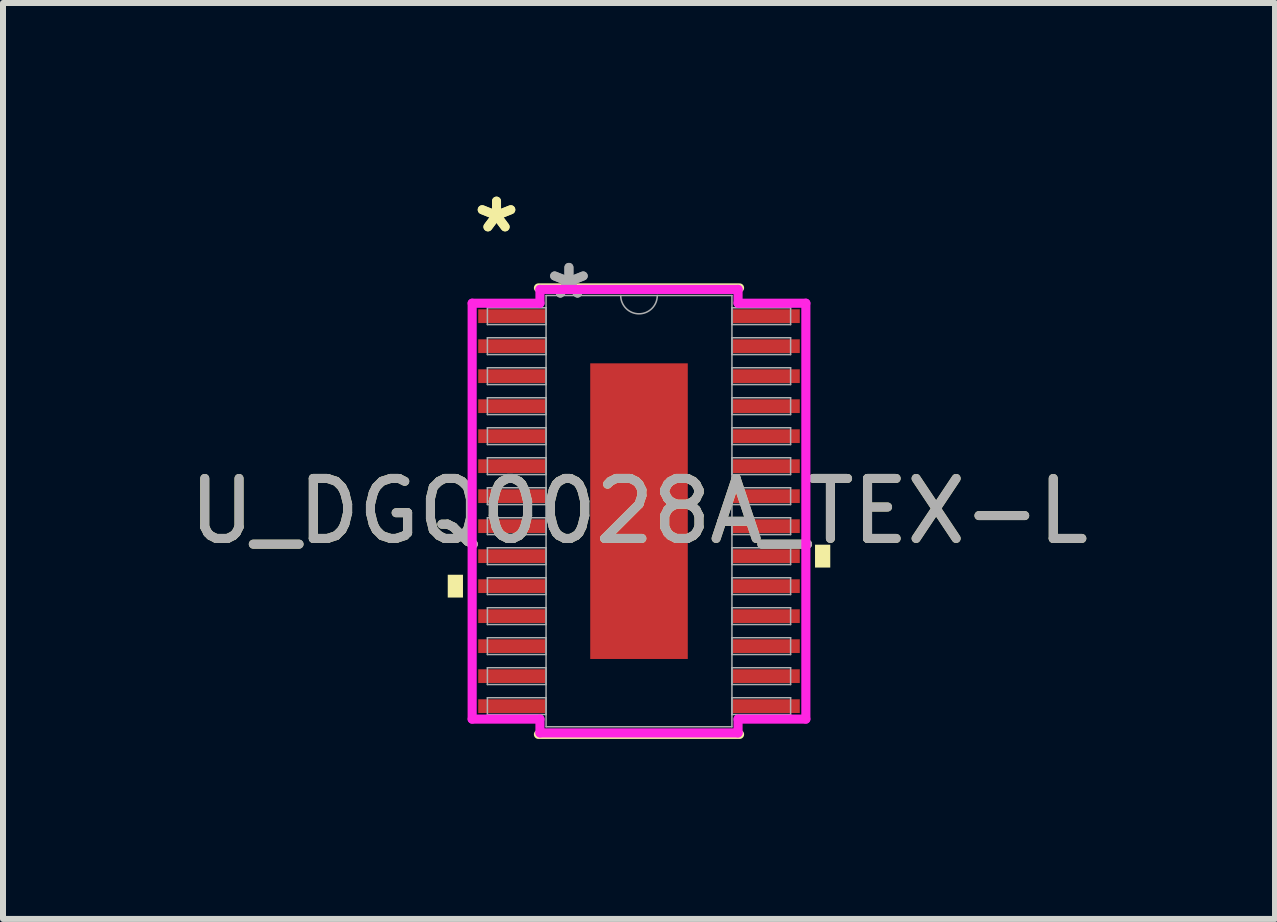
<source format=kicad_pcb>
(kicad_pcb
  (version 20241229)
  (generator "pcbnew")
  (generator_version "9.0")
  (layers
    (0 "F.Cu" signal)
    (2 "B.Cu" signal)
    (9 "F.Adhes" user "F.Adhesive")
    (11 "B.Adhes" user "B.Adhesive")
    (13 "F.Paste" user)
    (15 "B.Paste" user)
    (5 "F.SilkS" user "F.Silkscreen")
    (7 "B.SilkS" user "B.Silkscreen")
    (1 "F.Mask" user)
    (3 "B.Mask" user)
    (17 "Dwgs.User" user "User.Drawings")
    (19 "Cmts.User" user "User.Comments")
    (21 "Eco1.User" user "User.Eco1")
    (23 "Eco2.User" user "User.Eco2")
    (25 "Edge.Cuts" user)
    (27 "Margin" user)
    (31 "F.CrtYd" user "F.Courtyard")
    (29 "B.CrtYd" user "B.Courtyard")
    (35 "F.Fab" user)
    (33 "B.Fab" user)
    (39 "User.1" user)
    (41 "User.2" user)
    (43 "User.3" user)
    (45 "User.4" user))
  (footprint "U_DGQ0028A_TEX-L"
    (layer "F.Cu")
    (at 7.601 5.47)
    (property "Reference" "U_DGQ0028A_TEX-L" (at 0 0 0) (unlocked yes) (layer "F.SilkS") (effects (font (size 1 1) (thickness 0.15))))
    (attr smd)
    (fp_line (start -1.676 3.721) (end 1.676 3.721) (stroke (width 0.152) (type solid)) (layer "F.SilkS"))
    (fp_line (start 1.676 -3.721) (end -1.676 -3.721) (stroke (width 0.152) (type solid)) (layer "F.SilkS"))
    (fp_poly (pts (xy -3.188 1.06) (xy -3.188 1.44) (xy -2.934 1.44) (xy -2.934 1.06)) (stroke (width 0) (type solid)) (fill yes) (layer "F.SilkS"))
    (fp_poly (pts (xy 3.188 0.559) (xy 3.188 0.94) (xy 2.934 0.94) (xy 2.934 0.559)) (stroke (width 0) (type solid)) (fill yes) (layer "F.SilkS"))
    (fp_poly (pts (xy -0.713 -2.364) (xy -0.713 -0.921) (xy 0.713 -0.921) (xy 0.713 -2.364)) (stroke (width 0) (type solid)) (fill yes) (layer "F.Paste"))
    (fp_poly (pts (xy -0.713 -0.721) (xy -0.713 0.721) (xy 0.713 0.721) (xy 0.713 -0.721)) (stroke (width 0) (type solid)) (fill yes) (layer "F.Paste"))
    (fp_poly (pts (xy -0.713 0.921) (xy -0.713 2.364) (xy 0.713 2.364) (xy 0.713 0.921)) (stroke (width 0) (type solid)) (fill yes) (layer "F.Paste"))
    (fp_line (start -2.781 -3.466) (end -1.651 -3.466) (stroke (width 0.152) (type solid)) (layer "F.CrtYd"))
    (fp_line (start -2.781 3.466) (end -2.781 -3.466) (stroke (width 0.152) (type solid)) (layer "F.CrtYd"))
    (fp_line (start -2.781 3.466) (end -1.651 3.466) (stroke (width 0.152) (type solid)) (layer "F.CrtYd"))
    (fp_line (start -1.651 -3.696) (end 1.651 -3.696) (stroke (width 0.152) (type solid)) (layer "F.CrtYd"))
    (fp_line (start -1.651 -3.466) (end -1.651 -3.696) (stroke (width 0.152) (type solid)) (layer "F.CrtYd"))
    (fp_line (start -1.651 3.696) (end -1.651 3.466) (stroke (width 0.152) (type solid)) (layer "F.CrtYd"))
    (fp_line (start 1.651 -3.696) (end 1.651 -3.466) (stroke (width 0.152) (type solid)) (layer "F.CrtYd"))
    (fp_line (start 1.651 3.466) (end 1.651 3.696) (stroke (width 0.152) (type solid)) (layer "F.CrtYd"))
    (fp_line (start 1.651 3.696) (end -1.651 3.696) (stroke (width 0.152) (type solid)) (layer "F.CrtYd"))
    (fp_line (start 2.781 -3.466) (end 1.651 -3.466) (stroke (width 0.152) (type solid)) (layer "F.CrtYd"))
    (fp_line (start 2.781 -3.466) (end 2.781 3.466) (stroke (width 0.152) (type solid)) (layer "F.CrtYd"))
    (fp_line (start 2.781 3.466) (end 1.651 3.466) (stroke (width 0.152) (type solid)) (layer "F.CrtYd"))
    (fp_line (start -2.527 -3.39) (end -2.527 -3.11) (stroke (width 0.025) (type solid)) (layer "F.Fab"))
    (fp_line (start -2.527 -3.11) (end -1.549 -3.11) (stroke (width 0.025) (type solid)) (layer "F.Fab"))
    (fp_line (start -2.527 -2.89) (end -2.527 -2.61) (stroke (width 0.025) (type solid)) (layer "F.Fab"))
    (fp_line (start -2.527 -2.61) (end -1.549 -2.61) (stroke (width 0.025) (type solid)) (layer "F.Fab"))
    (fp_line (start -2.527 -2.39) (end -2.527 -2.11) (stroke (width 0.025) (type solid)) (layer "F.Fab"))
    (fp_line (start -2.527 -2.11) (end -1.549 -2.11) (stroke (width 0.025) (type solid)) (layer "F.Fab"))
    (fp_line (start -2.527 -1.89) (end -2.527 -1.61) (stroke (width 0.025) (type solid)) (layer "F.Fab"))
    (fp_line (start -2.527 -1.61) (end -1.549 -1.61) (stroke (width 0.025) (type solid)) (layer "F.Fab"))
    (fp_line (start -2.527 -1.39) (end -2.527 -1.11) (stroke (width 0.025) (type solid)) (layer "F.Fab"))
    (fp_line (start -2.527 -1.11) (end -1.549 -1.11) (stroke (width 0.025) (type solid)) (layer "F.Fab"))
    (fp_line (start -2.527 -0.89) (end -2.527 -0.61) (stroke (width 0.025) (type solid)) (layer "F.Fab"))
    (fp_line (start -2.527 -0.61) (end -1.549 -0.61) (stroke (width 0.025) (type solid)) (layer "F.Fab"))
    (fp_line (start -2.527 -0.39) (end -2.527 -0.11) (stroke (width 0.025) (type solid)) (layer "F.Fab"))
    (fp_line (start -2.527 -0.11) (end -1.549 -0.11) (stroke (width 0.025) (type solid)) (layer "F.Fab"))
    (fp_line (start -2.527 0.11) (end -2.527 0.39) (stroke (width 0.025) (type solid)) (layer "F.Fab"))
    (fp_line (start -2.527 0.39) (end -1.549 0.39) (stroke (width 0.025) (type solid)) (layer "F.Fab"))
    (fp_line (start -2.527 0.61) (end -2.527 0.89) (stroke (width 0.025) (type solid)) (layer "F.Fab"))
    (fp_line (start -2.527 0.89) (end -1.549 0.89) (stroke (width 0.025) (type solid)) (layer "F.Fab"))
    (fp_line (start -2.527 1.11) (end -2.527 1.39) (stroke (width 0.025) (type solid)) (layer "F.Fab"))
    (fp_line (start -2.527 1.39) (end -1.549 1.39) (stroke (width 0.025) (type solid)) (layer "F.Fab"))
    (fp_line (start -2.527 1.61) (end -2.527 1.89) (stroke (width 0.025) (type solid)) (layer "F.Fab"))
    (fp_line (start -2.527 1.89) (end -1.549 1.89) (stroke (width 0.025) (type solid)) (layer "F.Fab"))
    (fp_line (start -2.527 2.11) (end -2.527 2.39) (stroke (width 0.025) (type solid)) (layer "F.Fab"))
    (fp_line (start -2.527 2.39) (end -1.549 2.39) (stroke (width 0.025) (type solid)) (layer "F.Fab"))
    (fp_line (start -2.527 2.61) (end -2.527 2.89) (stroke (width 0.025) (type solid)) (layer "F.Fab"))
    (fp_line (start -2.527 2.89) (end -1.549 2.89) (stroke (width 0.025) (type solid)) (layer "F.Fab"))
    (fp_line (start -2.527 3.11) (end -2.527 3.39) (stroke (width 0.025) (type solid)) (layer "F.Fab"))
    (fp_line (start -2.527 3.39) (end -1.549 3.39) (stroke (width 0.025) (type solid)) (layer "F.Fab"))
    (fp_line (start -1.549 -3.594) (end -1.549 3.594) (stroke (width 0.025) (type solid)) (layer "F.Fab"))
    (fp_line (start -1.549 -3.39) (end -2.527 -3.39) (stroke (width 0.025) (type solid)) (layer "F.Fab"))
    (fp_line (start -1.549 -3.11) (end -1.549 -3.39) (stroke (width 0.025) (type solid)) (layer "F.Fab"))
    (fp_line (start -1.549 -2.89) (end -2.527 -2.89) (stroke (width 0.025) (type solid)) (layer "F.Fab"))
    (fp_line (start -1.549 -2.61) (end -1.549 -2.89) (stroke (width 0.025) (type solid)) (layer "F.Fab"))
    (fp_line (start -1.549 -2.39) (end -2.527 -2.39) (stroke (width 0.025) (type solid)) (layer "F.Fab"))
    (fp_line (start -1.549 -2.11) (end -1.549 -2.39) (stroke (width 0.025) (type solid)) (layer "F.Fab"))
    (fp_line (start -1.549 -1.89) (end -2.527 -1.89) (stroke (width 0.025) (type solid)) (layer "F.Fab"))
    (fp_line (start -1.549 -1.61) (end -1.549 -1.89) (stroke (width 0.025) (type solid)) (layer "F.Fab"))
    (fp_line (start -1.549 -1.39) (end -2.527 -1.39) (stroke (width 0.025) (type solid)) (layer "F.Fab"))
    (fp_line (start -1.549 -1.11) (end -1.549 -1.39) (stroke (width 0.025) (type solid)) (layer "F.Fab"))
    (fp_line (start -1.549 -0.89) (end -2.527 -0.89) (stroke (width 0.025) (type solid)) (layer "F.Fab"))
    (fp_line (start -1.549 -0.61) (end -1.549 -0.89) (stroke (width 0.025) (type solid)) (layer "F.Fab"))
    (fp_line (start -1.549 -0.39) (end -2.527 -0.39) (stroke (width 0.025) (type solid)) (layer "F.Fab"))
    (fp_line (start -1.549 -0.11) (end -1.549 -0.39) (stroke (width 0.025) (type solid)) (layer "F.Fab"))
    (fp_line (start -1.549 0.11) (end -2.527 0.11) (stroke (width 0.025) (type solid)) (layer "F.Fab"))
    (fp_line (start -1.549 0.39) (end -1.549 0.11) (stroke (width 0.025) (type solid)) (layer "F.Fab"))
    (fp_line (start -1.549 0.61) (end -2.527 0.61) (stroke (width 0.025) (type solid)) (layer "F.Fab"))
    (fp_line (start -1.549 0.89) (end -1.549 0.61) (stroke (width 0.025) (type solid)) (layer "F.Fab"))
    (fp_line (start -1.549 1.11) (end -2.527 1.11) (stroke (width 0.025) (type solid)) (layer "F.Fab"))
    (fp_line (start -1.549 1.39) (end -1.549 1.11) (stroke (width 0.025) (type solid)) (layer "F.Fab"))
    (fp_line (start -1.549 1.61) (end -2.527 1.61) (stroke (width 0.025) (type solid)) (layer "F.Fab"))
    (fp_line (start -1.549 1.89) (end -1.549 1.61) (stroke (width 0.025) (type solid)) (layer "F.Fab"))
    (fp_line (start -1.549 2.11) (end -2.527 2.11) (stroke (width 0.025) (type solid)) (layer "F.Fab"))
    (fp_line (start -1.549 2.39) (end -1.549 2.11) (stroke (width 0.025) (type solid)) (layer "F.Fab"))
    (fp_line (start -1.549 2.61) (end -2.527 2.61) (stroke (width 0.025) (type solid)) (layer "F.Fab"))
    (fp_line (start -1.549 2.89) (end -1.549 2.61) (stroke (width 0.025) (type solid)) (layer "F.Fab"))
    (fp_line (start -1.549 3.11) (end -2.527 3.11) (stroke (width 0.025) (type solid)) (layer "F.Fab"))
    (fp_line (start -1.549 3.39) (end -1.549 3.11) (stroke (width 0.025) (type solid)) (layer "F.Fab"))
    (fp_line (start -1.549 3.594) (end 1.549 3.594) (stroke (width 0.025) (type solid)) (layer "F.Fab"))
    (fp_line (start 1.549 -3.594) (end -1.549 -3.594) (stroke (width 0.025) (type solid)) (layer "F.Fab"))
    (fp_line (start 1.549 -3.39) (end 1.549 -3.11) (stroke (width 0.025) (type solid)) (layer "F.Fab"))
    (fp_line (start 1.549 -3.11) (end 2.527 -3.11) (stroke (width 0.025) (type solid)) (layer "F.Fab"))
    (fp_line (start 1.549 -2.89) (end 1.549 -2.61) (stroke (width 0.025) (type solid)) (layer "F.Fab"))
    (fp_line (start 1.549 -2.61) (end 2.527 -2.61) (stroke (width 0.025) (type solid)) (layer "F.Fab"))
    (fp_line (start 1.549 -2.39) (end 1.549 -2.11) (stroke (width 0.025) (type solid)) (layer "F.Fab"))
    (fp_line (start 1.549 -2.11) (end 2.527 -2.11) (stroke (width 0.025) (type solid)) (layer "F.Fab"))
    (fp_line (start 1.549 -1.89) (end 1.549 -1.61) (stroke (width 0.025) (type solid)) (layer "F.Fab"))
    (fp_line (start 1.549 -1.61) (end 2.527 -1.61) (stroke (width 0.025) (type solid)) (layer "F.Fab"))
    (fp_line (start 1.549 -1.39) (end 1.549 -1.11) (stroke (width 0.025) (type solid)) (layer "F.Fab"))
    (fp_line (start 1.549 -1.11) (end 2.527 -1.11) (stroke (width 0.025) (type solid)) (layer "F.Fab"))
    (fp_line (start 1.549 -0.89) (end 1.549 -0.61) (stroke (width 0.025) (type solid)) (layer "F.Fab"))
    (fp_line (start 1.549 -0.61) (end 2.527 -0.61) (stroke (width 0.025) (type solid)) (layer "F.Fab"))
    (fp_line (start 1.549 -0.39) (end 1.549 -0.11) (stroke (width 0.025) (type solid)) (layer "F.Fab"))
    (fp_line (start 1.549 -0.11) (end 2.527 -0.11) (stroke (width 0.025) (type solid)) (layer "F.Fab"))
    (fp_line (start 1.549 0.11) (end 1.549 0.39) (stroke (width 0.025) (type solid)) (layer "F.Fab"))
    (fp_line (start 1.549 0.39) (end 2.527 0.39) (stroke (width 0.025) (type solid)) (layer "F.Fab"))
    (fp_line (start 1.549 0.61) (end 1.549 0.89) (stroke (width 0.025) (type solid)) (layer "F.Fab"))
    (fp_line (start 1.549 0.89) (end 2.527 0.89) (stroke (width 0.025) (type solid)) (layer "F.Fab"))
    (fp_line (start 1.549 1.11) (end 1.549 1.39) (stroke (width 0.025) (type solid)) (layer "F.Fab"))
    (fp_line (start 1.549 1.39) (end 2.527 1.39) (stroke (width 0.025) (type solid)) (layer "F.Fab"))
    (fp_line (start 1.549 1.61) (end 1.549 1.89) (stroke (width 0.025) (type solid)) (layer "F.Fab"))
    (fp_line (start 1.549 1.89) (end 2.527 1.89) (stroke (width 0.025) (type solid)) (layer "F.Fab"))
    (fp_line (start 1.549 2.11) (end 1.549 2.39) (stroke (width 0.025) (type solid)) (layer "F.Fab"))
    (fp_line (start 1.549 2.39) (end 2.527 2.39) (stroke (width 0.025) (type solid)) (layer "F.Fab"))
    (fp_line (start 1.549 2.61) (end 1.549 2.89) (stroke (width 0.025) (type solid)) (layer "F.Fab"))
    (fp_line (start 1.549 2.89) (end 2.527 2.89) (stroke (width 0.025) (type solid)) (layer "F.Fab"))
    (fp_line (start 1.549 3.11) (end 1.549 3.39) (stroke (width 0.025) (type solid)) (layer "F.Fab"))
    (fp_line (start 1.549 3.39) (end 2.527 3.39) (stroke (width 0.025) (type solid)) (layer "F.Fab"))
    (fp_line (start 1.549 3.594) (end 1.549 -3.594) (stroke (width 0.025) (type solid)) (layer "F.Fab"))
    (fp_line (start 2.527 -3.39) (end 1.549 -3.39) (stroke (width 0.025) (type solid)) (layer "F.Fab"))
    (fp_line (start 2.527 -3.11) (end 2.527 -3.39) (stroke (width 0.025) (type solid)) (layer "F.Fab"))
    (fp_line (start 2.527 -2.89) (end 1.549 -2.89) (stroke (width 0.025) (type solid)) (layer "F.Fab"))
    (fp_line (start 2.527 -2.61) (end 2.527 -2.89) (stroke (width 0.025) (type solid)) (layer "F.Fab"))
    (fp_line (start 2.527 -2.39) (end 1.549 -2.39) (stroke (width 0.025) (type solid)) (layer "F.Fab"))
    (fp_line (start 2.527 -2.11) (end 2.527 -2.39) (stroke (width 0.025) (type solid)) (layer "F.Fab"))
    (fp_line (start 2.527 -1.89) (end 1.549 -1.89) (stroke (width 0.025) (type solid)) (layer "F.Fab"))
    (fp_line (start 2.527 -1.61) (end 2.527 -1.89) (stroke (width 0.025) (type solid)) (layer "F.Fab"))
    (fp_line (start 2.527 -1.39) (end 1.549 -1.39) (stroke (width 0.025) (type solid)) (layer "F.Fab"))
    (fp_line (start 2.527 -1.11) (end 2.527 -1.39) (stroke (width 0.025) (type solid)) (layer "F.Fab"))
    (fp_line (start 2.527 -0.89) (end 1.549 -0.89) (stroke (width 0.025) (type solid)) (layer "F.Fab"))
    (fp_line (start 2.527 -0.61) (end 2.527 -0.89) (stroke (width 0.025) (type solid)) (layer "F.Fab"))
    (fp_line (start 2.527 -0.39) (end 1.549 -0.39) (stroke (width 0.025) (type solid)) (layer "F.Fab"))
    (fp_line (start 2.527 -0.11) (end 2.527 -0.39) (stroke (width 0.025) (type solid)) (layer "F.Fab"))
    (fp_line (start 2.527 0.11) (end 1.549 0.11) (stroke (width 0.025) (type solid)) (layer "F.Fab"))
    (fp_line (start 2.527 0.39) (end 2.527 0.11) (stroke (width 0.025) (type solid)) (layer "F.Fab"))
    (fp_line (start 2.527 0.61) (end 1.549 0.61) (stroke (width 0.025) (type solid)) (layer "F.Fab"))
    (fp_line (start 2.527 0.89) (end 2.527 0.61) (stroke (width 0.025) (type solid)) (layer "F.Fab"))
    (fp_line (start 2.527 1.11) (end 1.549 1.11) (stroke (width 0.025) (type solid)) (layer "F.Fab"))
    (fp_line (start 2.527 1.39) (end 2.527 1.11) (stroke (width 0.025) (type solid)) (layer "F.Fab"))
    (fp_line (start 2.527 1.61) (end 1.549 1.61) (stroke (width 0.025) (type solid)) (layer "F.Fab"))
    (fp_line (start 2.527 1.89) (end 2.527 1.61) (stroke (width 0.025) (type solid)) (layer "F.Fab"))
    (fp_line (start 2.527 2.11) (end 1.549 2.11) (stroke (width 0.025) (type solid)) (layer "F.Fab"))
    (fp_line (start 2.527 2.39) (end 2.527 2.11) (stroke (width 0.025) (type solid)) (layer "F.Fab"))
    (fp_line (start 2.527 2.61) (end 1.549 2.61) (stroke (width 0.025) (type solid)) (layer "F.Fab"))
    (fp_line (start 2.527 2.89) (end 2.527 2.61) (stroke (width 0.025) (type solid)) (layer "F.Fab"))
    (fp_line (start 2.527 3.11) (end 1.549 3.11) (stroke (width 0.025) (type solid)) (layer "F.Fab"))
    (fp_line (start 2.527 3.39) (end 2.527 3.11) (stroke (width 0.025) (type solid)) (layer "F.Fab"))
    (fp_arc (start 0.3048 -3.5941) (mid 0 -3.2893) (end -0.3048 -3.5941) (stroke (width 0.0254) (type solid)) (layer "F.Fab"))
    (fp_text user "*" (at -2.375 -4.622 0) (layer "F.SilkS") (effects (font (size 1 1) (thickness 0.15))))
    (fp_text user "*" (at -2.375 -4.622 0) (unlocked yes) (layer "F.SilkS") (effects (font (size 1 1) (thickness 0.15))))
    (fp_text user "*" (at -1.168 -3.518 0) (layer "F.Fab") (effects (font (size 1 1) (thickness 0.15))))
    (fp_text user "${REFERENCE}" (at 0 0 0) (unlocked yes) (layer "F.Fab") (effects (font (size 1 1) (thickness 0.15))))
    (fp_text user "*" (at -1.168 -3.518 0) (unlocked yes) (layer "F.Fab") (effects (font (size 1 1) (thickness 0.15))))
    (pad "1" smd rect (at -2.121 -3.25) (size 1.118 0.229) (layers "F.Cu" "F.Mask" "F.Paste"))
    (pad "2" smd rect (at -2.121 -2.75) (size 1.118 0.229) (layers "F.Cu" "F.Mask" "F.Paste"))
    (pad "3" smd rect (at -2.121 -2.25) (size 1.118 0.229) (layers "F.Cu" "F.Mask" "F.Paste"))
    (pad "4" smd rect (at -2.121 -1.75) (size 1.118 0.229) (layers "F.Cu" "F.Mask" "F.Paste"))
    (pad "5" smd rect (at -2.121 -1.25) (size 1.118 0.229) (layers "F.Cu" "F.Mask" "F.Paste"))
    (pad "6" smd rect (at -2.121 -0.75) (size 1.118 0.229) (layers "F.Cu" "F.Mask" "F.Paste"))
    (pad "7" smd rect (at -2.121 -0.25) (size 1.118 0.229) (layers "F.Cu" "F.Mask" "F.Paste"))
    (pad "8" smd rect (at -2.121 0.25) (size 1.118 0.229) (layers "F.Cu" "F.Mask" "F.Paste"))
    (pad "9" smd rect (at -2.121 0.75) (size 1.118 0.229) (layers "F.Cu" "F.Mask" "F.Paste"))
    (pad "10" smd rect (at -2.121 1.25) (size 1.118 0.229) (layers "F.Cu" "F.Mask" "F.Paste"))
    (pad "11" smd rect (at -2.121 1.75) (size 1.118 0.229) (layers "F.Cu" "F.Mask" "F.Paste"))
    (pad "12" smd rect (at -2.121 2.25) (size 1.118 0.229) (layers "F.Cu" "F.Mask" "F.Paste"))
    (pad "13" smd rect (at -2.121 2.75) (size 1.118 0.229) (layers "F.Cu" "F.Mask" "F.Paste"))
    (pad "14" smd rect (at -2.121 3.25) (size 1.118 0.229) (layers "F.Cu" "F.Mask" "F.Paste"))
    (pad "15" smd rect (at 2.121 3.25) (size 1.118 0.229) (layers "F.Cu" "F.Mask" "F.Paste"))
    (pad "16" smd rect (at 2.121 2.75) (size 1.118 0.229) (layers "F.Cu" "F.Mask" "F.Paste"))
    (pad "17" smd rect (at 2.121 2.25) (size 1.118 0.229) (layers "F.Cu" "F.Mask" "F.Paste"))
    (pad "18" smd rect (at 2.121 1.75) (size 1.118 0.229) (layers "F.Cu" "F.Mask" "F.Paste"))
    (pad "19" smd rect (at 2.121 1.25) (size 1.118 0.229) (layers "F.Cu" "F.Mask" "F.Paste"))
    (pad "20" smd rect (at 2.121 0.75) (size 1.118 0.229) (layers "F.Cu" "F.Mask" "F.Paste"))
    (pad "21" smd rect (at 2.121 0.25) (size 1.118 0.229) (layers "F.Cu" "F.Mask" "F.Paste"))
    (pad "22" smd rect (at 2.121 -0.25) (size 1.118 0.229) (layers "F.Cu" "F.Mask" "F.Paste"))
    (pad "23" smd rect (at 2.121 -0.75) (size 1.118 0.229) (layers "F.Cu" "F.Mask" "F.Paste"))
    (pad "24" smd rect (at 2.121 -1.25) (size 1.118 0.229) (layers "F.Cu" "F.Mask" "F.Paste"))
    (pad "25" smd rect (at 2.121 -1.75) (size 1.118 0.229) (layers "F.Cu" "F.Mask" "F.Paste"))
    (pad "26" smd rect (at 2.121 -2.25) (size 1.118 0.229) (layers "F.Cu" "F.Mask" "F.Paste"))
    (pad "27" smd rect (at 2.121 -2.75) (size 1.118 0.229) (layers "F.Cu" "F.Mask" "F.Paste"))
    (pad "28" smd rect (at 2.121 -3.25) (size 1.118 0.229) (layers "F.Cu" "F.Mask" "F.Paste"))
    (pad "EPAD" smd rect (at 0 0) (size 1.626 4.928) (layers "F.Cu" "F.Mask")))
  (gr_rect
    (start -3 -3)
    (end 18.202 12.267)
    (stroke (width 0.1) (type default))
    (fill no)
    (layer "Edge.Cuts")))
</source>
